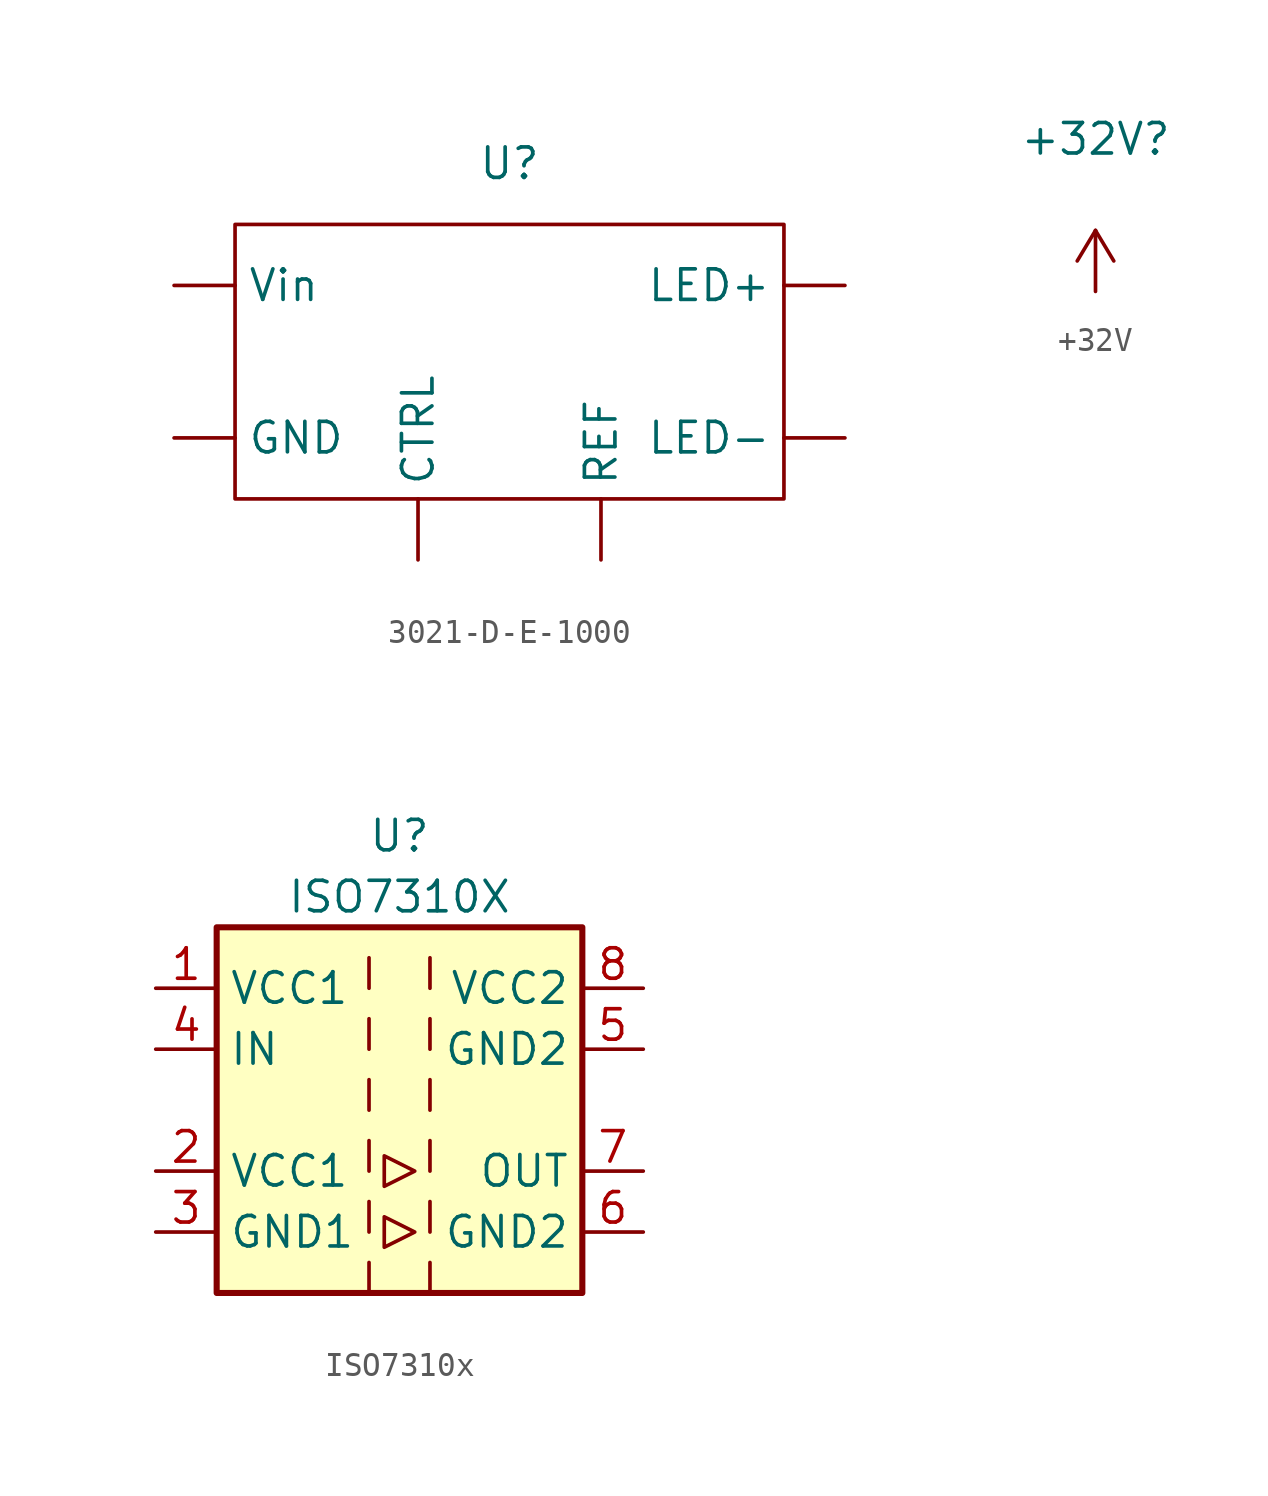
<source format=kicad_sym>
(kicad_symbol_lib
  (version 20220914)
  (generator kicad_symbol_editor)
  (symbol "3021-D-E-1000"
    (property "Reference" "U"
      (at 0 0 0)
      (effects (font (size 1.27 1.27))))
    (property "Value" ""
      (at 0 0 0)
      (effects (font (size 1.27 1.27))))
    (symbol "3021-D-E-1000_0_1"
      (rectangle (start -11.43 -2.54) (end 11.43 -13.97) (stroke (width 0) (type default)) (fill (type none))))
    (symbol "3021-D-E-1000_1_1"
      (pin input line (at -3.81 -16.51 90) (length 2.54) (name "CTRL" (effects (font (size 1.27 1.27)))) (number "" (effects (font (size 1.27 1.27)))))
      (pin input line (at -13.97 -11.43 0) (length 2.54) (name "GND" (effects (font (size 1.27 1.27)))) (number "" (effects (font (size 1.27 1.27)))))
      (pin output line (at 13.97 -5.08 180) (length 2.54) (name "LED+" (effects (font (size 1.27 1.27)))) (number "" (effects (font (size 1.27 1.27)))))
      (pin output line (at 13.97 -11.43 180) (length 2.54) (name "LED-" (effects (font (size 1.27 1.27)))) (number "" (effects (font (size 1.27 1.27)))))
      (pin input line (at 3.81 -16.51 90) (length 2.54) (name "REF" (effects (font (size 1.27 1.27)))) (number "" (effects (font (size 1.27 1.27)))))
      (pin input line (at -13.97 -5.08 0) (length 2.54) (name "Vin" (effects (font (size 1.27 1.27)))) (number "" (effects (font (size 1.27 1.27)))))))
  (symbol "+32V"
    (property "Reference" "+32V"
      (at 0 0 0)
      (effects (font (size 1.27 1.27))))
    (property "Value" ""
      (at 0 0 0)
      (effects (font (size 1.27 1.27))))
    (symbol "+32V_0_1"
      (polyline (pts (xy -0.762 -5.08) (xy 0 -3.81)) (stroke (width 0) (type default)) (fill (type none)))
      (polyline (pts (xy 0 -6.35) (xy 0 -3.81)) (stroke (width 0) (type default)) (fill (type none)))
      (polyline (pts (xy 0 -3.81) (xy 0.762 -5.08)) (stroke (width 0) (type default)) (fill (type none))))
    (symbol "+32V_1_1"
      (pin power_in line (at 0 -6.35 90) (length 0) hide (name "+32V" (effects (font (size 1.27 1.27)))) (number "1" (effects (font (size 1.27 1.27)))))))
  (symbol "ISO7310x"
    (property "Reference" "U"
      (at 0 2.54 0)
      (effects (font (size 1.27 1.27))))
    (property "Value" " ISO7310X"
      (at 0 0 0)
      (effects (font (size 1.27 1.27))))
    (symbol "ISO7310x_0_1"
      (rectangle (start -7.62 -1.27) (end 7.62 -16.51) (stroke (width 0.254) (type default)) (fill (type background)))
      (polyline (pts (xy -1.27 -15.24) (xy -1.27 -16.51)) (stroke (width 0) (type default)) (fill (type none)))
      (polyline (pts (xy -1.27 -12.7) (xy -1.27 -13.97)) (stroke (width 0) (type default)) (fill (type none)))
      (polyline (pts (xy -1.27 -10.16) (xy -1.27 -11.43)) (stroke (width 0) (type default)) (fill (type none)))
      (polyline (pts (xy -1.27 -7.62) (xy -1.27 -8.89)) (stroke (width 0) (type default)) (fill (type none)))
      (polyline (pts (xy -1.27 -5.08) (xy -1.27 -6.35)) (stroke (width 0) (type default)) (fill (type none)))
      (polyline (pts (xy -1.27 -2.54) (xy -1.27 -3.81)) (stroke (width 0) (type default)) (fill (type none)))
      (polyline (pts (xy 1.27 -15.24) (xy 1.27 -16.51)) (stroke (width 0) (type default)) (fill (type none)))
      (polyline (pts (xy 1.27 -12.7) (xy 1.27 -13.97)) (stroke (width 0) (type default)) (fill (type none)))
      (polyline (pts (xy 1.27 -10.16) (xy 1.27 -11.43)) (stroke (width 0) (type default)) (fill (type none)))
      (polyline (pts (xy 1.27 -7.62) (xy 1.27 -8.89)) (stroke (width 0) (type default)) (fill (type none)))
      (polyline (pts (xy 1.27 -5.08) (xy 1.27 -6.35)) (stroke (width 0) (type default)) (fill (type none)))
      (polyline (pts (xy 1.27 -2.54) (xy 1.27 -3.81)) (stroke (width 0) (type default)) (fill (type none)))
      (polyline (pts (xy -0.635 -13.335) (xy -0.635 -14.605) (xy 0.635 -13.97) (xy -0.635 -13.335)) (stroke (width 0) (type default)) (fill (type none)))
      (polyline (pts (xy -0.635 -10.795) (xy -0.635 -12.065) (xy 0.635 -11.43) (xy -0.635 -10.795)) (stroke (width 0) (type default)) (fill (type none))))
    (symbol "ISO7310x_1_1"
      (pin power_in line (at -10.16 -3.81 0) (length 2.54) (name "VCC1" (effects (font (size 1.27 1.27)))) (number "1" (effects (font (size 1.27 1.27)))))
      (pin input line (at -10.16 -11.43 0) (length 2.54) (name "VCC1" (effects (font (size 1.27 1.27)))) (number "2" (effects (font (size 1.27 1.27)))))
      (pin input line (at -10.16 -13.97 0) (length 2.54) (name "GND1" (effects (font (size 1.27 1.27)))) (number "3" (effects (font (size 1.27 1.27)))))
      (pin power_in line (at -10.16 -6.35 0) (length 2.54) (name "IN" (effects (font (size 1.27 1.27)))) (number "4" (effects (font (size 1.27 1.27)))))
      (pin power_in line (at 10.16 -6.35 180) (length 2.54) (name "GND2" (effects (font (size 1.27 1.27)))) (number "5" (effects (font (size 1.27 1.27)))))
      (pin output line (at 10.16 -13.97 180) (length 2.54) (name "GND2" (effects (font (size 1.27 1.27)))) (number "6" (effects (font (size 1.27 1.27)))))
      (pin output line (at 10.16 -11.43 180) (length 2.54) (name "OUT" (effects (font (size 1.27 1.27)))) (number "7" (effects (font (size 1.27 1.27)))))
      (pin power_in line (at 10.16 -3.81 180) (length 2.54) (name "VCC2" (effects (font (size 1.27 1.27)))) (number "8" (effects (font (size 1.27 1.27))))))))
</source>
